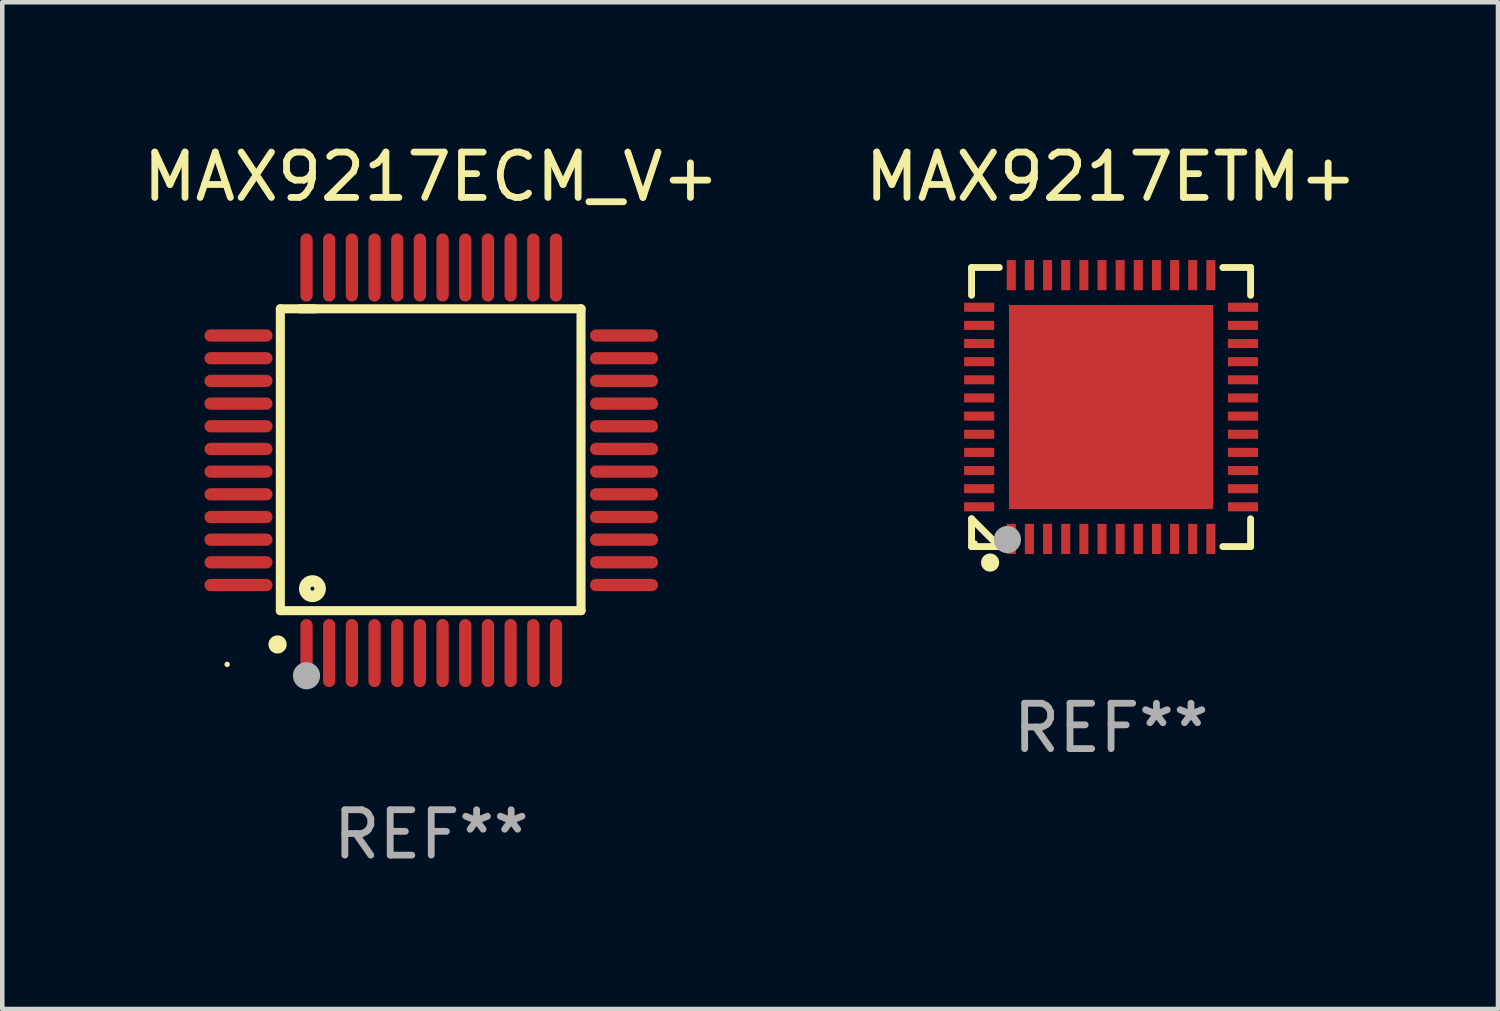
<source format=kicad_pcb>
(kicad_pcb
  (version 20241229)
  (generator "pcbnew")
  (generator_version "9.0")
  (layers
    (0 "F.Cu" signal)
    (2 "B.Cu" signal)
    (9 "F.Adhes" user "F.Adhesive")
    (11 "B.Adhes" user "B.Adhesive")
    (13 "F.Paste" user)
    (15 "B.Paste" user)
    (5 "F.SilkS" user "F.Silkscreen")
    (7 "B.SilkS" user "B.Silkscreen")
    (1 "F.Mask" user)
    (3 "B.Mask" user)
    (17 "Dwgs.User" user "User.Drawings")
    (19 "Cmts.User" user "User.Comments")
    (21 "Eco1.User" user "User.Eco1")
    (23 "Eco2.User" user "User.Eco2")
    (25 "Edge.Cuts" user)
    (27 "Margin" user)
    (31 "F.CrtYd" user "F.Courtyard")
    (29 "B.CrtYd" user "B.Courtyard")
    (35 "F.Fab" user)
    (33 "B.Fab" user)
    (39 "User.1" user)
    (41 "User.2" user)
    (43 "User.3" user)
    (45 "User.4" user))
  (footprint "MAX9217ETM+"
    (layer "F.Cu")
    (at 21.446 5.924)
    (property "Reference" "MAX9217ETM+" (at 0 -5.076 0) (layer "F.SilkS") (effects (font (size 1 1) (thickness 0.15))))
    (attr through_hole)
    (fp_line (start -3.076 -3.076) (end -3.076 -2.464) (stroke (width 0.152) (type solid)) (layer "F.SilkS"))
    (fp_line (start -3.076 3.076) (end -3.076 2.464) (stroke (width 0.152) (type solid)) (layer "F.SilkS"))
    (fp_line (start -2.464 -3.076) (end -3.076 -3.076) (stroke (width 0.152) (type solid)) (layer "F.SilkS"))
    (fp_line (start -2.464 3.076) (end -3.076 2.464) (stroke (width 0.152) (type solid)) (layer "F.SilkS"))
    (fp_line (start -2.464 3.076) (end -3.076 3.076) (stroke (width 0.152) (type solid)) (layer "F.SilkS"))
    (fp_line (start 2.464 -3.076) (end 3.076 -3.076) (stroke (width 0.152) (type solid)) (layer "F.SilkS"))
    (fp_line (start 2.464 3.076) (end 3.076 3.076) (stroke (width 0.152) (type solid)) (layer "F.SilkS"))
    (fp_line (start 3.076 -3.076) (end 3.076 -2.464) (stroke (width 0.152) (type solid)) (layer "F.SilkS"))
    (fp_line (start 3.076 3.076) (end 3.076 2.464) (stroke (width 0.152) (type solid)) (layer "F.SilkS"))
    (fp_circle (center -3 3) (end -2.97 3) (stroke (width 0.06) (type solid)) (fill no) (layer "F.SilkS"))
    (fp_circle (center -2.667 3.429) (end -2.567 3.429) (stroke (width 0.2) (type solid)) (fill no) (layer "F.SilkS"))
    (fp_circle (center -2.286 2.921) (end -2.136 2.921) (stroke (width 0.3) (type solid)) (fill no) (layer "F.Fab"))
    (fp_text user "REF**" (at 0 7.076 0) (layer "F.Fab") (effects (font (size 1 1) (thickness 0.15))))
    (pad "1" smd rect (at -2.2 2.908) (size 0.2 0.665) (layers "F.Cu" "F.Mask" "F.Paste"))
    (pad "2" smd rect (at -1.8 2.908) (size 0.2 0.665) (layers "F.Cu" "F.Mask" "F.Paste"))
    (pad "3" smd rect (at -1.4 2.908) (size 0.2 0.665) (layers "F.Cu" "F.Mask" "F.Paste"))
    (pad "4" smd rect (at -1 2.908) (size 0.2 0.665) (layers "F.Cu" "F.Mask" "F.Paste"))
    (pad "5" smd rect (at -0.6 2.908) (size 0.2 0.665) (layers "F.Cu" "F.Mask" "F.Paste"))
    (pad "6" smd rect (at -0.2 2.908) (size 0.2 0.665) (layers "F.Cu" "F.Mask" "F.Paste"))
    (pad "7" smd rect (at 0.2 2.908) (size 0.2 0.665) (layers "F.Cu" "F.Mask" "F.Paste"))
    (pad "8" smd rect (at 0.6 2.908) (size 0.2 0.665) (layers "F.Cu" "F.Mask" "F.Paste"))
    (pad "9" smd rect (at 1 2.908) (size 0.2 0.665) (layers "F.Cu" "F.Mask" "F.Paste"))
    (pad "10" smd rect (at 1.4 2.908) (size 0.2 0.665) (layers "F.Cu" "F.Mask" "F.Paste"))
    (pad "11" smd rect (at 1.8 2.908) (size 0.2 0.665) (layers "F.Cu" "F.Mask" "F.Paste"))
    (pad "12" smd rect (at 2.2 2.908) (size 0.2 0.665) (layers "F.Cu" "F.Mask" "F.Paste"))
    (pad "13" smd rect (at 2.908 2.2) (size 0.665 0.2) (layers "F.Cu" "F.Mask" "F.Paste"))
    (pad "14" smd rect (at 2.908 1.8) (size 0.665 0.2) (layers "F.Cu" "F.Mask" "F.Paste"))
    (pad "15" smd rect (at 2.908 1.4) (size 0.665 0.2) (layers "F.Cu" "F.Mask" "F.Paste"))
    (pad "16" smd rect (at 2.908 1) (size 0.665 0.2) (layers "F.Cu" "F.Mask" "F.Paste"))
    (pad "17" smd rect (at 2.908 0.6) (size 0.665 0.2) (layers "F.Cu" "F.Mask" "F.Paste"))
    (pad "18" smd rect (at 2.908 0.2) (size 0.665 0.2) (layers "F.Cu" "F.Mask" "F.Paste"))
    (pad "19" smd rect (at 2.908 -0.2) (size 0.665 0.2) (layers "F.Cu" "F.Mask" "F.Paste"))
    (pad "20" smd rect (at 2.908 -0.6) (size 0.665 0.2) (layers "F.Cu" "F.Mask" "F.Paste"))
    (pad "21" smd rect (at 2.908 -1) (size 0.665 0.2) (layers "F.Cu" "F.Mask" "F.Paste"))
    (pad "22" smd rect (at 2.908 -1.4) (size 0.665 0.2) (layers "F.Cu" "F.Mask" "F.Paste"))
    (pad "23" smd rect (at 2.908 -1.8) (size 0.665 0.2) (layers "F.Cu" "F.Mask" "F.Paste"))
    (pad "24" smd rect (at 2.908 -2.2) (size 0.665 0.2) (layers "F.Cu" "F.Mask" "F.Paste"))
    (pad "25" smd rect (at 2.2 -2.908) (size 0.2 0.665) (layers "F.Cu" "F.Mask" "F.Paste"))
    (pad "26" smd rect (at 1.8 -2.908) (size 0.2 0.665) (layers "F.Cu" "F.Mask" "F.Paste"))
    (pad "27" smd rect (at 1.4 -2.908) (size 0.2 0.665) (layers "F.Cu" "F.Mask" "F.Paste"))
    (pad "28" smd rect (at 1 -2.908) (size 0.2 0.665) (layers "F.Cu" "F.Mask" "F.Paste"))
    (pad "29" smd rect (at 0.6 -2.908) (size 0.2 0.665) (layers "F.Cu" "F.Mask" "F.Paste"))
    (pad "30" smd rect (at 0.2 -2.908) (size 0.2 0.665) (layers "F.Cu" "F.Mask" "F.Paste"))
    (pad "31" smd rect (at -0.2 -2.908) (size 0.2 0.665) (layers "F.Cu" "F.Mask" "F.Paste"))
    (pad "32" smd rect (at -0.6 -2.908) (size 0.2 0.665) (layers "F.Cu" "F.Mask" "F.Paste"))
    (pad "33" smd rect (at -1 -2.908) (size 0.2 0.665) (layers "F.Cu" "F.Mask" "F.Paste"))
    (pad "34" smd rect (at -1.4 -2.908) (size 0.2 0.665) (layers "F.Cu" "F.Mask" "F.Paste"))
    (pad "35" smd rect (at -1.8 -2.908) (size 0.2 0.665) (layers "F.Cu" "F.Mask" "F.Paste"))
    (pad "36" smd rect (at -2.2 -2.908) (size 0.2 0.665) (layers "F.Cu" "F.Mask" "F.Paste"))
    (pad "37" smd rect (at -2.908 -2.2) (size 0.665 0.2) (layers "F.Cu" "F.Mask" "F.Paste"))
    (pad "38" smd rect (at -2.908 -1.8) (size 0.665 0.2) (layers "F.Cu" "F.Mask" "F.Paste"))
    (pad "39" smd rect (at -2.908 -1.4) (size 0.665 0.2) (layers "F.Cu" "F.Mask" "F.Paste"))
    (pad "40" smd rect (at -2.908 -1) (size 0.665 0.2) (layers "F.Cu" "F.Mask" "F.Paste"))
    (pad "41" smd rect (at -2.908 -0.6) (size 0.665 0.2) (layers "F.Cu" "F.Mask" "F.Paste"))
    (pad "42" smd rect (at -2.908 -0.2) (size 0.665 0.2) (layers "F.Cu" "F.Mask" "F.Paste"))
    (pad "43" smd rect (at -2.908 0.2) (size 0.665 0.2) (layers "F.Cu" "F.Mask" "F.Paste"))
    (pad "44" smd rect (at -2.908 0.6) (size 0.665 0.2) (layers "F.Cu" "F.Mask" "F.Paste"))
    (pad "45" smd rect (at -2.908 1) (size 0.665 0.2) (layers "F.Cu" "F.Mask" "F.Paste"))
    (pad "46" smd rect (at -2.908 1.4) (size 0.665 0.2) (layers "F.Cu" "F.Mask" "F.Paste"))
    (pad "47" smd rect (at -2.908 1.8) (size 0.665 0.2) (layers "F.Cu" "F.Mask" "F.Paste"))
    (pad "48" smd rect (at -2.908 2.2) (size 0.665 0.2) (layers "F.Cu" "F.Mask" "F.Paste"))
    (pad "49" smd rect (at 0 0) (size 4.5 4.5) (layers "F.Cu" "F.Mask" "F.Paste")))
  (footprint "MAX9217ECM_V+"
    (layer "F.Cu")
    (at 6.458 7.098)
    (property "Reference" "MAX9217ECM_V+" (at 0 -6.25 0) (layer "F.SilkS") (effects (font (size 1 1) (thickness 0.15))))
    (attr through_hole)
    (fp_line (start -3.327 -3.34) (end -2.565 -3.34) (stroke (width 0.2) (type solid)) (layer "F.SilkS"))
    (fp_line (start -3.327 3.315) (end -3.327 -3.34) (stroke (width 0.2) (type solid)) (layer "F.SilkS"))
    (fp_line (start -2.896 -3.34) (end 3.302 -3.34) (stroke (width 0.2) (type solid)) (layer "F.SilkS"))
    (fp_line (start 3.302 -3.34) (end 3.302 3.315) (stroke (width 0.2) (type solid)) (layer "F.SilkS"))
    (fp_line (start 3.302 3.315) (end -3.327 3.315) (stroke (width 0.2) (type solid)) (layer "F.SilkS"))
    (fp_arc (start -3.389992 4.059995) (mid -3.388722 4.059991) (end -3.387452 4.059995) (stroke (width 0.4) (type solid)) (layer "F.SilkS"))
    (fp_circle (center -4.5 4.5) (end -4.47 4.5) (stroke (width 0.06) (type solid)) (fill no) (layer "F.SilkS"))
    (fp_circle (center -2.62 2.83) (end -2.45 2.83) (stroke (width 0.254) (type solid)) (fill no) (layer "F.SilkS"))
    (fp_circle (center -2.75 4.75) (end -2.6 4.75) (stroke (width 0.3) (type solid)) (fill no) (layer "F.Fab"))
    (fp_text user "REF**" (at 0 8.25 0) (layer "F.Fab") (effects (font (size 1 1) (thickness 0.15))))
    (pad "1" smd oval (at -2.75 4.25) (size 0.27 1.5) (layers "F.Cu" "F.Mask" "F.Paste"))
    (pad "2" smd oval (at -2.25 4.25) (size 0.27 1.5) (layers "F.Cu" "F.Mask" "F.Paste"))
    (pad "3" smd oval (at -1.75 4.25) (size 0.27 1.5) (layers "F.Cu" "F.Mask" "F.Paste"))
    (pad "4" smd oval (at -1.25 4.25) (size 0.27 1.5) (layers "F.Cu" "F.Mask" "F.Paste"))
    (pad "5" smd oval (at -0.75 4.25) (size 0.27 1.5) (layers "F.Cu" "F.Mask" "F.Paste"))
    (pad "6" smd oval (at -0.25 4.25) (size 0.27 1.5) (layers "F.Cu" "F.Mask" "F.Paste"))
    (pad "7" smd oval (at 0.25 4.25) (size 0.27 1.5) (layers "F.Cu" "F.Mask" "F.Paste"))
    (pad "8" smd oval (at 0.75 4.25) (size 0.27 1.5) (layers "F.Cu" "F.Mask" "F.Paste"))
    (pad "9" smd oval (at 1.25 4.25) (size 0.27 1.5) (layers "F.Cu" "F.Mask" "F.Paste"))
    (pad "10" smd oval (at 1.75 4.25) (size 0.27 1.5) (layers "F.Cu" "F.Mask" "F.Paste"))
    (pad "11" smd oval (at 2.25 4.25) (size 0.27 1.5) (layers "F.Cu" "F.Mask" "F.Paste"))
    (pad "12" smd oval (at 2.75 4.25) (size 0.27 1.5) (layers "F.Cu" "F.Mask" "F.Paste"))
    (pad "13" smd oval (at 4.25 2.75) (size 1.5 0.27) (layers "F.Cu" "F.Mask" "F.Paste"))
    (pad "14" smd oval (at 4.25 2.25) (size 1.5 0.27) (layers "F.Cu" "F.Mask" "F.Paste"))
    (pad "15" smd oval (at 4.25 1.75) (size 1.5 0.27) (layers "F.Cu" "F.Mask" "F.Paste"))
    (pad "16" smd oval (at 4.25 1.25) (size 1.5 0.27) (layers "F.Cu" "F.Mask" "F.Paste"))
    (pad "17" smd oval (at 4.25 0.75) (size 1.5 0.27) (layers "F.Cu" "F.Mask" "F.Paste"))
    (pad "18" smd oval (at 4.25 0.25) (size 1.5 0.27) (layers "F.Cu" "F.Mask" "F.Paste"))
    (pad "19" smd oval (at 4.25 -0.25) (size 1.5 0.27) (layers "F.Cu" "F.Mask" "F.Paste"))
    (pad "20" smd oval (at 4.25 -0.75) (size 1.5 0.27) (layers "F.Cu" "F.Mask" "F.Paste"))
    (pad "21" smd oval (at 4.25 -1.25) (size 1.5 0.27) (layers "F.Cu" "F.Mask" "F.Paste"))
    (pad "22" smd oval (at 4.25 -1.75) (size 1.5 0.27) (layers "F.Cu" "F.Mask" "F.Paste"))
    (pad "23" smd oval (at 4.25 -2.25) (size 1.5 0.27) (layers "F.Cu" "F.Mask" "F.Paste"))
    (pad "24" smd oval (at 4.25 -2.75) (size 1.5 0.27) (layers "F.Cu" "F.Mask" "F.Paste"))
    (pad "25" smd oval (at 2.75 -4.25) (size 0.27 1.5) (layers "F.Cu" "F.Mask" "F.Paste"))
    (pad "26" smd oval (at 2.25 -4.25) (size 0.27 1.5) (layers "F.Cu" "F.Mask" "F.Paste"))
    (pad "27" smd oval (at 1.75 -4.25) (size 0.27 1.5) (layers "F.Cu" "F.Mask" "F.Paste"))
    (pad "28" smd oval (at 1.25 -4.25) (size 0.27 1.5) (layers "F.Cu" "F.Mask" "F.Paste"))
    (pad "29" smd oval (at 0.75 -4.25) (size 0.27 1.5) (layers "F.Cu" "F.Mask" "F.Paste"))
    (pad "30" smd oval (at 0.25 -4.25) (size 0.27 1.5) (layers "F.Cu" "F.Mask" "F.Paste"))
    (pad "31" smd oval (at -0.25 -4.25) (size 0.27 1.5) (layers "F.Cu" "F.Mask" "F.Paste"))
    (pad "32" smd oval (at -0.75 -4.25) (size 0.27 1.5) (layers "F.Cu" "F.Mask" "F.Paste"))
    (pad "33" smd oval (at -1.25 -4.25) (size 0.27 1.5) (layers "F.Cu" "F.Mask" "F.Paste"))
    (pad "34" smd oval (at -1.75 -4.25) (size 0.27 1.5) (layers "F.Cu" "F.Mask" "F.Paste"))
    (pad "35" smd oval (at -2.25 -4.25) (size 0.27 1.5) (layers "F.Cu" "F.Mask" "F.Paste"))
    (pad "36" smd oval (at -2.75 -4.25) (size 0.27 1.5) (layers "F.Cu" "F.Mask" "F.Paste"))
    (pad "37" smd oval (at -4.25 -2.75) (size 1.5 0.27) (layers "F.Cu" "F.Mask" "F.Paste"))
    (pad "38" smd oval (at -4.25 -2.25) (size 1.5 0.27) (layers "F.Cu" "F.Mask" "F.Paste"))
    (pad "39" smd oval (at -4.25 -1.75) (size 1.5 0.27) (layers "F.Cu" "F.Mask" "F.Paste"))
    (pad "40" smd oval (at -4.25 -1.25) (size 1.5 0.27) (layers "F.Cu" "F.Mask" "F.Paste"))
    (pad "41" smd oval (at -4.25 -0.75) (size 1.5 0.27) (layers "F.Cu" "F.Mask" "F.Paste"))
    (pad "42" smd oval (at -4.25 -0.25) (size 1.5 0.27) (layers "F.Cu" "F.Mask" "F.Paste"))
    (pad "43" smd oval (at -4.25 0.25) (size 1.5 0.27) (layers "F.Cu" "F.Mask" "F.Paste"))
    (pad "44" smd oval (at -4.25 0.75) (size 1.5 0.27) (layers "F.Cu" "F.Mask" "F.Paste"))
    (pad "45" smd oval (at -4.25 1.25) (size 1.5 0.27) (layers "F.Cu" "F.Mask" "F.Paste"))
    (pad "46" smd oval (at -4.25 1.75) (size 1.5 0.27) (layers "F.Cu" "F.Mask" "F.Paste"))
    (pad "47" smd oval (at -4.25 2.25) (size 1.5 0.27) (layers "F.Cu" "F.Mask" "F.Paste"))
    (pad "48" smd oval (at -4.25 2.75) (size 1.5 0.27) (layers "F.Cu" "F.Mask" "F.Paste")))
  (gr_rect
    (start -3 -3)
    (end 29.976 19.196)
    (stroke (width 0.1) (type default))
    (fill no)
    (layer "Edge.Cuts")))
</source>
